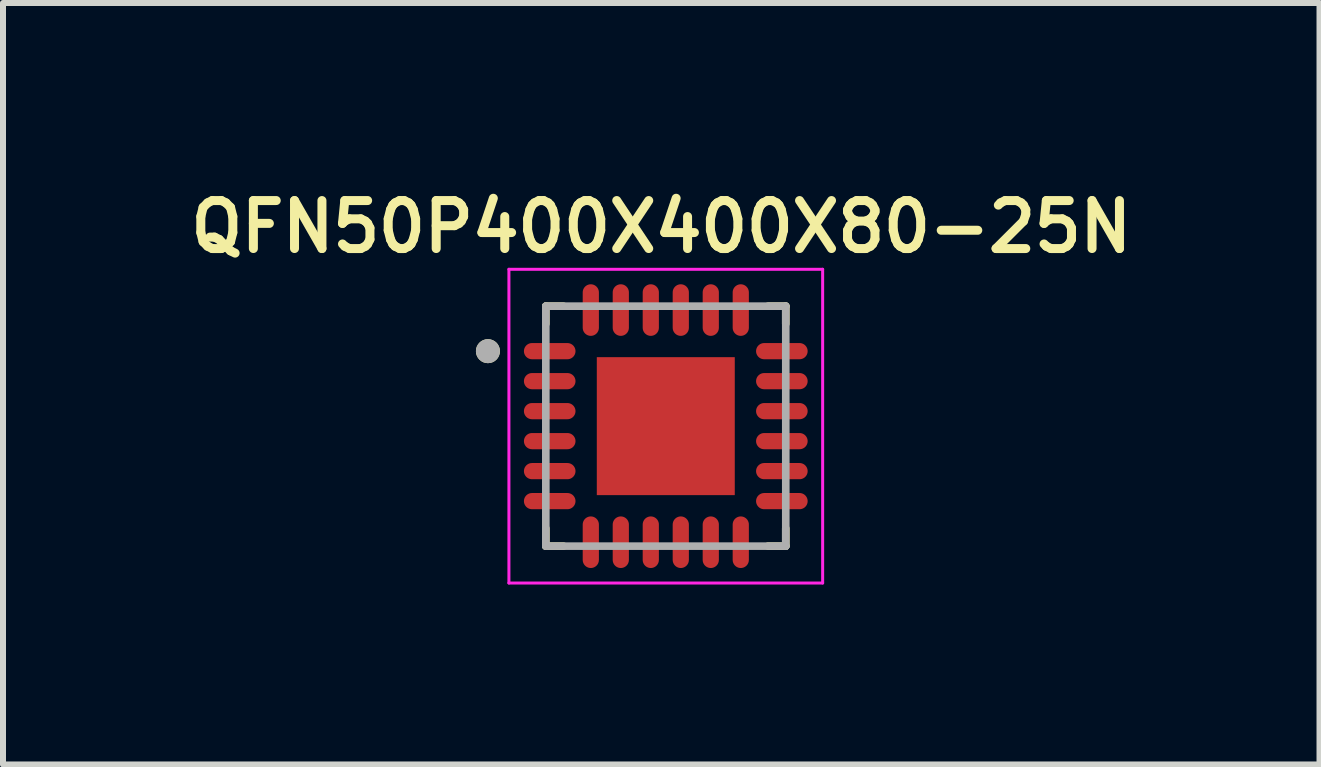
<source format=kicad_pcb>
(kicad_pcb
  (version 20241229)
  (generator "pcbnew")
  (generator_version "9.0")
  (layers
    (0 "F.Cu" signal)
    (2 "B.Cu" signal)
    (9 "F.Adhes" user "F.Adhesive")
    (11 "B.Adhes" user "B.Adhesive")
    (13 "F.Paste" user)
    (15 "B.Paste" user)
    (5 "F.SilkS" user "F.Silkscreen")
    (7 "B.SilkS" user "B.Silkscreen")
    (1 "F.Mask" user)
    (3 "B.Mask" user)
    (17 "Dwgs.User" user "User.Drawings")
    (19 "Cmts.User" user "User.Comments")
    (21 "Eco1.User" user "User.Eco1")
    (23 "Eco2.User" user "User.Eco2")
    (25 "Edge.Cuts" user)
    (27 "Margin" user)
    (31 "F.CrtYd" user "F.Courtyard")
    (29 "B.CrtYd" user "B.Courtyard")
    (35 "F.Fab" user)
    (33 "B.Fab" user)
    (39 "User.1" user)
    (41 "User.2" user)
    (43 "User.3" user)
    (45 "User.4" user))
  (footprint "QFN50P400X400X80-25N"
    (layer "F.Cu")
    (at 8.049 4.054)
    (property "Reference" "QFN50P400X400X80-25N" (at -0.075 -3.323 0) (layer "F.SilkS") (effects (font (size 0.8 0.8) (thickness 0.15))))
    (attr smd)
    (fp_line (start -2 -2) (end -1.705 -2) (stroke (width 0.127) (type solid)) (layer "F.SilkS"))
    (fp_line (start -2 -1.705) (end -2 -2) (stroke (width 0.127) (type solid)) (layer "F.SilkS"))
    (fp_line (start -2 2) (end -2 1.705) (stroke (width 0.127) (type solid)) (layer "F.SilkS"))
    (fp_line (start -1.705 2) (end -2 2) (stroke (width 0.127) (type solid)) (layer "F.SilkS"))
    (fp_line (start 1.705 -2) (end 2 -2) (stroke (width 0.127) (type solid)) (layer "F.SilkS"))
    (fp_line (start 2 -2) (end 2 -1.705) (stroke (width 0.127) (type solid)) (layer "F.SilkS"))
    (fp_line (start 2 2) (end 1.705 2) (stroke (width 0.127) (type solid)) (layer "F.SilkS"))
    (fp_line (start 2 2) (end 2 1.705) (stroke (width 0.127) (type solid)) (layer "F.SilkS"))
    (fp_circle (center -2.965 -1.25) (end -2.865 -1.25) (stroke (width 0.2) (type solid)) (fill no) (layer "F.SilkS"))
    (fp_poly (pts (xy -0.725 -0.725) (xy 0.725 -0.725) (xy 0.725 0.725) (xy -0.725 0.725)) (stroke (width 0.01) (type solid)) (fill yes) (layer "F.Paste"))
    (fp_line (start -2.615 -2.615) (end -2.615 2.615) (stroke (width 0.05) (type solid)) (layer "F.CrtYd"))
    (fp_line (start -2.615 2.615) (end 2.615 2.615) (stroke (width 0.05) (type solid)) (layer "F.CrtYd"))
    (fp_line (start 2.615 -2.615) (end -2.615 -2.615) (stroke (width 0.05) (type solid)) (layer "F.CrtYd"))
    (fp_line (start 2.615 2.615) (end 2.615 -2.615) (stroke (width 0.05) (type solid)) (layer "F.CrtYd"))
    (fp_line (start -2 -2) (end 2 -2) (stroke (width 0.127) (type solid)) (layer "F.Fab"))
    (fp_line (start -2 2) (end -2 -2) (stroke (width 0.127) (type solid)) (layer "F.Fab"))
    (fp_line (start 2 -2) (end 2 2) (stroke (width 0.127) (type solid)) (layer "F.Fab"))
    (fp_line (start 2 2) (end -2 2) (stroke (width 0.127) (type solid)) (layer "F.Fab"))
    (fp_circle (center -2.965 -1.25) (end -2.865 -1.25) (stroke (width 0.2) (type solid)) (fill no) (layer "F.Fab"))
    (pad "1" smd oval (at -1.935 -1.25) (size 0.86 0.27) (layers "F.Cu" "F.Mask" "F.Paste"))
    (pad "2" smd oval (at -1.935 -0.75) (size 0.86 0.27) (layers "F.Cu" "F.Mask" "F.Paste"))
    (pad "3" smd oval (at -1.935 -0.25) (size 0.86 0.27) (layers "F.Cu" "F.Mask" "F.Paste"))
    (pad "4" smd oval (at -1.935 0.25) (size 0.86 0.27) (layers "F.Cu" "F.Mask" "F.Paste"))
    (pad "5" smd oval (at -1.935 0.75) (size 0.86 0.27) (layers "F.Cu" "F.Mask" "F.Paste"))
    (pad "6" smd oval (at -1.935 1.25) (size 0.86 0.27) (layers "F.Cu" "F.Mask" "F.Paste"))
    (pad "7" smd oval (at -1.25 1.935) (size 0.27 0.86) (layers "F.Cu" "F.Mask" "F.Paste"))
    (pad "8" smd oval (at -0.75 1.935) (size 0.27 0.86) (layers "F.Cu" "F.Mask" "F.Paste"))
    (pad "9" smd oval (at -0.25 1.935) (size 0.27 0.86) (layers "F.Cu" "F.Mask" "F.Paste"))
    (pad "10" smd oval (at 0.25 1.935) (size 0.27 0.86) (layers "F.Cu" "F.Mask" "F.Paste"))
    (pad "11" smd oval (at 0.75 1.935) (size 0.27 0.86) (layers "F.Cu" "F.Mask" "F.Paste"))
    (pad "12" smd oval (at 1.25 1.935) (size 0.27 0.86) (layers "F.Cu" "F.Mask" "F.Paste"))
    (pad "13" smd oval (at 1.935 1.25) (size 0.86 0.27) (layers "F.Cu" "F.Mask" "F.Paste"))
    (pad "14" smd oval (at 1.935 0.75) (size 0.86 0.27) (layers "F.Cu" "F.Mask" "F.Paste"))
    (pad "15" smd oval (at 1.935 0.25) (size 0.86 0.27) (layers "F.Cu" "F.Mask" "F.Paste"))
    (pad "16" smd oval (at 1.935 -0.25) (size 0.86 0.27) (layers "F.Cu" "F.Mask" "F.Paste"))
    (pad "17" smd oval (at 1.935 -0.75) (size 0.86 0.27) (layers "F.Cu" "F.Mask" "F.Paste"))
    (pad "18" smd oval (at 1.935 -1.25) (size 0.86 0.27) (layers "F.Cu" "F.Mask" "F.Paste"))
    (pad "19" smd oval (at 1.25 -1.935) (size 0.27 0.86) (layers "F.Cu" "F.Mask" "F.Paste"))
    (pad "20" smd oval (at 0.75 -1.935) (size 0.27 0.86) (layers "F.Cu" "F.Mask" "F.Paste"))
    (pad "21" smd oval (at 0.25 -1.935) (size 0.27 0.86) (layers "F.Cu" "F.Mask" "F.Paste"))
    (pad "22" smd oval (at -0.25 -1.935) (size 0.27 0.86) (layers "F.Cu" "F.Mask" "F.Paste"))
    (pad "23" smd oval (at -0.75 -1.935) (size 0.27 0.86) (layers "F.Cu" "F.Mask" "F.Paste"))
    (pad "24" smd oval (at -1.25 -1.935) (size 0.27 0.86) (layers "F.Cu" "F.Mask" "F.Paste"))
    (pad "25" smd rect (at 0 0) (size 2.3 2.3) (layers "F.Cu" "F.Mask")))
  (gr_rect
    (start -3 -3)
    (end 18.947 9.694)
    (stroke (width 0.1) (type default))
    (fill no)
    (layer "Edge.Cuts")))
</source>
